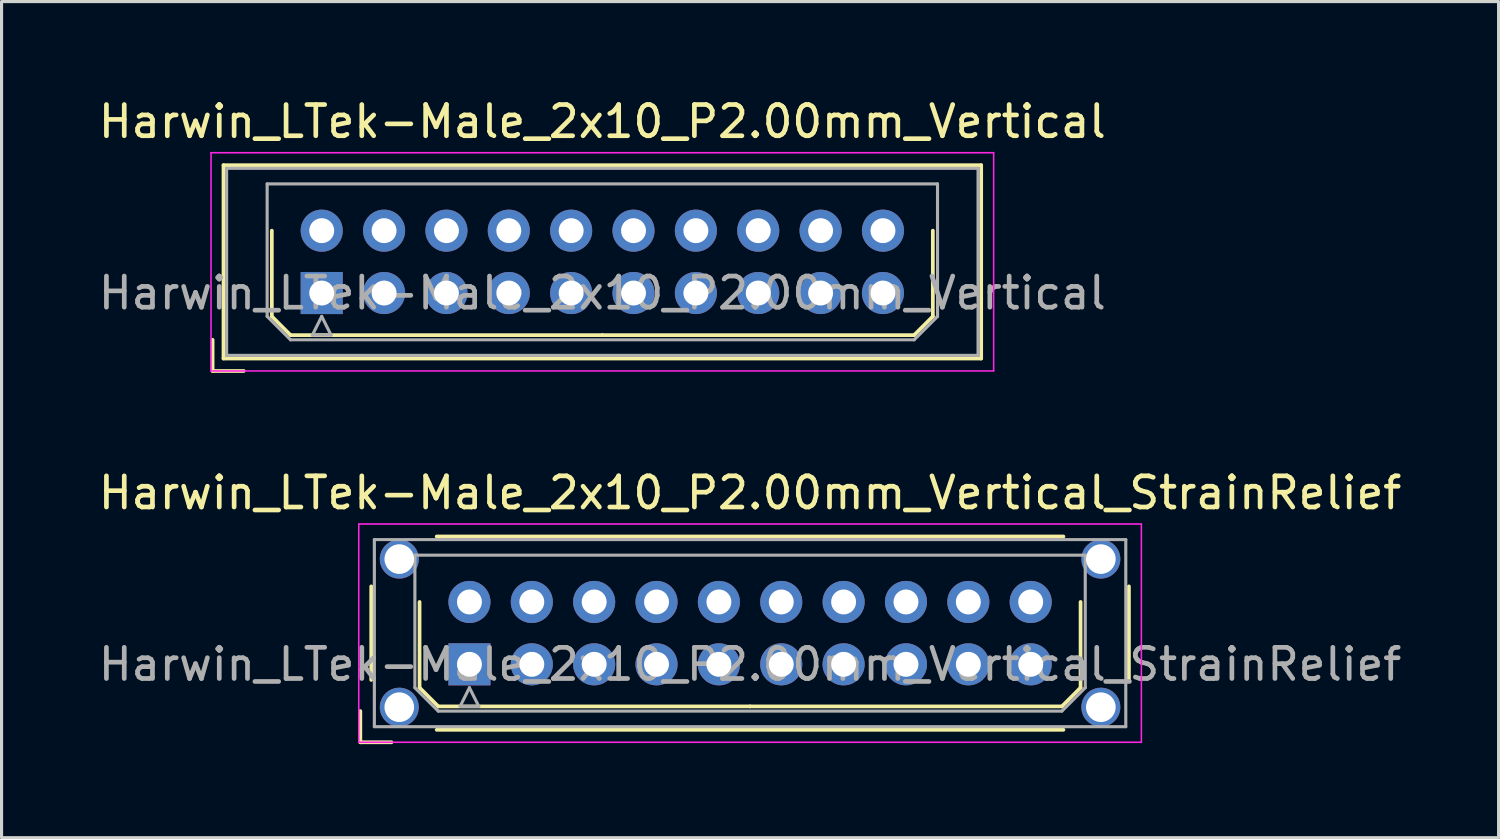
<source format=kicad_pcb>
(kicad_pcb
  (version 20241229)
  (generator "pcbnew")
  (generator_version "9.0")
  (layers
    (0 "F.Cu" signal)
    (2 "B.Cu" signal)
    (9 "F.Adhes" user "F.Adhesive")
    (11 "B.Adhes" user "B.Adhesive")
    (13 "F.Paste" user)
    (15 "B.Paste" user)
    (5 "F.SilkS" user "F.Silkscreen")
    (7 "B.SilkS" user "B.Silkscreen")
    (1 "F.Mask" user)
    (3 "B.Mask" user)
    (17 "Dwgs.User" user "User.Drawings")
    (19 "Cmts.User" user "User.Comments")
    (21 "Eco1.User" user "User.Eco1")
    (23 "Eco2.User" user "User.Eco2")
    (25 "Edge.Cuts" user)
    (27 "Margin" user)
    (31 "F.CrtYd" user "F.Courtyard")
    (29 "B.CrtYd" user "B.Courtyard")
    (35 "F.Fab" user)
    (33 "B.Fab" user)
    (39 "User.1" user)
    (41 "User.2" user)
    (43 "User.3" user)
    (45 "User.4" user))
  (footprint "Harwin_LTek-Male_2x10_P2.00mm_Vertical_StrainRelief"
    (layer "F.Cu")
    (at 12.006 18.256)
    (property "Reference" "Harwin_LTek-Male_2x10_P2.00mm_Vertical_StrainRelief" (at 9 -5.5 0) (layer "F.SilkS") (effects (font (size 1 1) (thickness 0.15))))
    (attr through_hole)
    (fp_line (start -3.5 1.5) (end -3.5 2.5) (stroke (width 0.12) (type solid)) (layer "F.SilkS"))
    (fp_line (start -3.5 2.5) (end -2.5 2.5) (stroke (width 0.12) (type solid)) (layer "F.SilkS"))
    (fp_line (start -3.15 -2.5) (end -3.15 0.5) (stroke (width 0.12) (type solid)) (layer "F.SilkS"))
    (fp_line (start -1.6 -2) (end -1.6 0.75) (stroke (width 0.12) (type solid)) (layer "F.SilkS"))
    (fp_line (start -1.6 0.75) (end -1 1.35) (stroke (width 0.12) (type solid)) (layer "F.SilkS"))
    (fp_line (start -1.05 -4.1) (end 19.05 -4.1) (stroke (width 0.12) (type solid)) (layer "F.SilkS"))
    (fp_line (start -1.05 2.1) (end 19.05 2.1) (stroke (width 0.12) (type solid)) (layer "F.SilkS"))
    (fp_line (start -1 1.35) (end 9 1.35) (stroke (width 0.12) (type solid)) (layer "F.SilkS"))
    (fp_line (start 19 1.35) (end 9 1.35) (stroke (width 0.12) (type solid)) (layer "F.SilkS"))
    (fp_line (start 19.6 -2) (end 19.6 0.75) (stroke (width 0.12) (type solid)) (layer "F.SilkS"))
    (fp_line (start 19.6 0.75) (end 19 1.35) (stroke (width 0.12) (type solid)) (layer "F.SilkS"))
    (fp_line (start 21.15 -2.5) (end 21.15 0.5) (stroke (width 0.12) (type solid)) (layer "F.SilkS"))
    (fp_line (start -3.55 -4.5) (end -3.55 2.5) (stroke (width 0.05) (type solid)) (layer "F.CrtYd"))
    (fp_line (start -3.55 2.5) (end 21.55 2.5) (stroke (width 0.05) (type solid)) (layer "F.CrtYd"))
    (fp_line (start 21.55 -4.5) (end -3.55 -4.5) (stroke (width 0.05) (type solid)) (layer "F.CrtYd"))
    (fp_line (start 21.55 2.5) (end 21.55 -4.5) (stroke (width 0.05) (type solid)) (layer "F.CrtYd"))
    (fp_line (start -3.05 -4) (end -3.05 2) (stroke (width 0.1) (type solid)) (layer "F.Fab"))
    (fp_line (start -3.05 2) (end 21.05 2) (stroke (width 0.1) (type solid)) (layer "F.Fab"))
    (fp_line (start -1.75 -3.5) (end 19.75 -3.5) (stroke (width 0.1) (type solid)) (layer "F.Fab"))
    (fp_line (start -1.75 0.75) (end -1.75 -3.5) (stroke (width 0.1) (type solid)) (layer "F.Fab"))
    (fp_line (start -1 1.5) (end -1.75 0.75) (stroke (width 0.1) (type solid)) (layer "F.Fab"))
    (fp_line (start -0.3 1.35) (end 0.3 1.35) (stroke (width 0.1) (type solid)) (layer "F.Fab"))
    (fp_line (start 0 0.75) (end -0.3 1.35) (stroke (width 0.1) (type solid)) (layer "F.Fab"))
    (fp_line (start 0.3 1.35) (end 0 0.75) (stroke (width 0.1) (type solid)) (layer "F.Fab"))
    (fp_line (start 19 1.5) (end -1 1.5) (stroke (width 0.1) (type solid)) (layer "F.Fab"))
    (fp_line (start 19.75 -3.5) (end 19.75 0.75) (stroke (width 0.1) (type solid)) (layer "F.Fab"))
    (fp_line (start 19.75 0.75) (end 19 1.5) (stroke (width 0.1) (type solid)) (layer "F.Fab"))
    (fp_line (start 21.05 -4) (end -3.05 -4) (stroke (width 0.1) (type solid)) (layer "F.Fab"))
    (fp_line (start 21.05 2) (end 21.05 -4) (stroke (width 0.1) (type solid)) (layer "F.Fab"))
    (fp_text user "${REFERENCE}" (at 9 0 0) (layer "F.Fab") (effects (font (size 1 1) (thickness 0.15))))
    (pad "" thru_hole circle (at -2.25 -3.375) (size 1.25 1.25) (drill 0.95) (layers "*.Cu" "*.Mask"))
    (pad "" thru_hole circle (at -2.25 1.375) (size 1.25 1.25) (drill 0.95) (layers "*.Cu" "*.Mask"))
    (pad "" thru_hole circle (at 20.25 -3.375) (size 1.25 1.25) (drill 0.95) (layers "*.Cu" "*.Mask"))
    (pad "" thru_hole circle (at 20.25 1.375) (size 1.25 1.25) (drill 0.95) (layers "*.Cu" "*.Mask"))
    (pad "1" thru_hole rect (at 0 0) (size 1.35 1.35) (drill 0.8) (layers "*.Cu" "*.Mask"))
    (pad "2" thru_hole circle (at 2 0) (size 1.35 1.35) (drill 0.8) (layers "*.Cu" "*.Mask"))
    (pad "3" thru_hole circle (at 4 0) (size 1.35 1.35) (drill 0.8) (layers "*.Cu" "*.Mask"))
    (pad "4" thru_hole circle (at 6 0) (size 1.35 1.35) (drill 0.8) (layers "*.Cu" "*.Mask"))
    (pad "5" thru_hole circle (at 8 0) (size 1.35 1.35) (drill 0.8) (layers "*.Cu" "*.Mask"))
    (pad "6" thru_hole circle (at 10 0) (size 1.35 1.35) (drill 0.8) (layers "*.Cu" "*.Mask"))
    (pad "7" thru_hole circle (at 12 0) (size 1.35 1.35) (drill 0.8) (layers "*.Cu" "*.Mask"))
    (pad "8" thru_hole circle (at 14 0) (size 1.35 1.35) (drill 0.8) (layers "*.Cu" "*.Mask"))
    (pad "9" thru_hole circle (at 16 0) (size 1.35 1.35) (drill 0.8) (layers "*.Cu" "*.Mask"))
    (pad "10" thru_hole circle (at 18 0) (size 1.35 1.35) (drill 0.8) (layers "*.Cu" "*.Mask"))
    (pad "11" thru_hole circle (at 0 -2) (size 1.35 1.35) (drill 0.8) (layers "*.Cu" "*.Mask"))
    (pad "12" thru_hole circle (at 2 -2) (size 1.35 1.35) (drill 0.8) (layers "*.Cu" "*.Mask"))
    (pad "13" thru_hole circle (at 4 -2) (size 1.35 1.35) (drill 0.8) (layers "*.Cu" "*.Mask"))
    (pad "14" thru_hole circle (at 6 -2) (size 1.35 1.35) (drill 0.8) (layers "*.Cu" "*.Mask"))
    (pad "15" thru_hole circle (at 8 -2) (size 1.35 1.35) (drill 0.8) (layers "*.Cu" "*.Mask"))
    (pad "16" thru_hole circle (at 10 -2) (size 1.35 1.35) (drill 0.8) (layers "*.Cu" "*.Mask"))
    (pad "17" thru_hole circle (at 12 -2) (size 1.35 1.35) (drill 0.8) (layers "*.Cu" "*.Mask"))
    (pad "18" thru_hole circle (at 14 -2) (size 1.35 1.35) (drill 0.8) (layers "*.Cu" "*.Mask"))
    (pad "19" thru_hole circle (at 16 -2) (size 1.35 1.35) (drill 0.8) (layers "*.Cu" "*.Mask"))
    (pad "20" thru_hole circle (at 18 -2) (size 1.35 1.35) (drill 0.8) (layers "*.Cu" "*.Mask")))
  (footprint "Harwin_LTek-Male_2x10_P2.00mm_Vertical"
    (layer "F.Cu")
    (at 7.268 6.348)
    (property "Reference" "Harwin_LTek-Male_2x10_P2.00mm_Vertical" (at 9 -5.5 0) (layer "F.SilkS") (effects (font (size 1 1) (thickness 0.15))))
    (attr through_hole)
    (fp_line (start -3.5 1.5) (end -3.5 2.5) (stroke (width 0.12) (type solid)) (layer "F.SilkS"))
    (fp_line (start -3.5 2.5) (end -2.5 2.5) (stroke (width 0.12) (type solid)) (layer "F.SilkS"))
    (fp_line (start -3.15 -4.1) (end -3.15 2.1) (stroke (width 0.12) (type solid)) (layer "F.SilkS"))
    (fp_line (start -3.15 2.1) (end 21.15 2.1) (stroke (width 0.12) (type solid)) (layer "F.SilkS"))
    (fp_line (start -1.6 -2) (end -1.6 0.75) (stroke (width 0.12) (type solid)) (layer "F.SilkS"))
    (fp_line (start -1.6 0.75) (end -1 1.35) (stroke (width 0.12) (type solid)) (layer "F.SilkS"))
    (fp_line (start -1 1.35) (end 9 1.35) (stroke (width 0.12) (type solid)) (layer "F.SilkS"))
    (fp_line (start 19 1.35) (end 9 1.35) (stroke (width 0.12) (type solid)) (layer "F.SilkS"))
    (fp_line (start 19.6 -2) (end 19.6 0.75) (stroke (width 0.12) (type solid)) (layer "F.SilkS"))
    (fp_line (start 19.6 0.75) (end 19 1.35) (stroke (width 0.12) (type solid)) (layer "F.SilkS"))
    (fp_line (start 21.15 -4.1) (end -3.15 -4.1) (stroke (width 0.12) (type solid)) (layer "F.SilkS"))
    (fp_line (start 21.15 2.1) (end 21.15 -4.1) (stroke (width 0.12) (type solid)) (layer "F.SilkS"))
    (fp_line (start -3.55 -4.5) (end -3.55 2.5) (stroke (width 0.05) (type solid)) (layer "F.CrtYd"))
    (fp_line (start -3.55 2.5) (end 21.55 2.5) (stroke (width 0.05) (type solid)) (layer "F.CrtYd"))
    (fp_line (start 21.55 -4.5) (end -3.55 -4.5) (stroke (width 0.05) (type solid)) (layer "F.CrtYd"))
    (fp_line (start 21.55 2.5) (end 21.55 -4.5) (stroke (width 0.05) (type solid)) (layer "F.CrtYd"))
    (fp_line (start -3.05 -4) (end -3.05 2) (stroke (width 0.1) (type solid)) (layer "F.Fab"))
    (fp_line (start -3.05 2) (end 21.05 2) (stroke (width 0.1) (type solid)) (layer "F.Fab"))
    (fp_line (start -1.75 -3.5) (end 19.75 -3.5) (stroke (width 0.1) (type solid)) (layer "F.Fab"))
    (fp_line (start -1.75 0.75) (end -1.75 -3.5) (stroke (width 0.1) (type solid)) (layer "F.Fab"))
    (fp_line (start -1 1.5) (end -1.75 0.75) (stroke (width 0.1) (type solid)) (layer "F.Fab"))
    (fp_line (start -0.3 1.35) (end 0.3 1.35) (stroke (width 0.1) (type solid)) (layer "F.Fab"))
    (fp_line (start 0 0.75) (end -0.3 1.35) (stroke (width 0.1) (type solid)) (layer "F.Fab"))
    (fp_line (start 0.3 1.35) (end 0 0.75) (stroke (width 0.1) (type solid)) (layer "F.Fab"))
    (fp_line (start 19 1.5) (end -1 1.5) (stroke (width 0.1) (type solid)) (layer "F.Fab"))
    (fp_line (start 19.75 -3.5) (end 19.75 0.75) (stroke (width 0.1) (type solid)) (layer "F.Fab"))
    (fp_line (start 19.75 0.75) (end 19 1.5) (stroke (width 0.1) (type solid)) (layer "F.Fab"))
    (fp_line (start 21.05 -4) (end -3.05 -4) (stroke (width 0.1) (type solid)) (layer "F.Fab"))
    (fp_line (start 21.05 2) (end 21.05 -4) (stroke (width 0.1) (type solid)) (layer "F.Fab"))
    (fp_text user "${REFERENCE}" (at 9 0 0) (layer "F.Fab") (effects (font (size 1 1) (thickness 0.15))))
    (pad "1" thru_hole rect (at 0 0) (size 1.35 1.35) (drill 0.8) (layers "*.Cu" "*.Mask"))
    (pad "2" thru_hole circle (at 2 0) (size 1.35 1.35) (drill 0.8) (layers "*.Cu" "*.Mask"))
    (pad "3" thru_hole circle (at 4 0) (size 1.35 1.35) (drill 0.8) (layers "*.Cu" "*.Mask"))
    (pad "4" thru_hole circle (at 6 0) (size 1.35 1.35) (drill 0.8) (layers "*.Cu" "*.Mask"))
    (pad "5" thru_hole circle (at 8 0) (size 1.35 1.35) (drill 0.8) (layers "*.Cu" "*.Mask"))
    (pad "6" thru_hole circle (at 10 0) (size 1.35 1.35) (drill 0.8) (layers "*.Cu" "*.Mask"))
    (pad "7" thru_hole circle (at 12 0) (size 1.35 1.35) (drill 0.8) (layers "*.Cu" "*.Mask"))
    (pad "8" thru_hole circle (at 14 0) (size 1.35 1.35) (drill 0.8) (layers "*.Cu" "*.Mask"))
    (pad "9" thru_hole circle (at 16 0) (size 1.35 1.35) (drill 0.8) (layers "*.Cu" "*.Mask"))
    (pad "10" thru_hole circle (at 18 0) (size 1.35 1.35) (drill 0.8) (layers "*.Cu" "*.Mask"))
    (pad "11" thru_hole circle (at 0 -2) (size 1.35 1.35) (drill 0.8) (layers "*.Cu" "*.Mask"))
    (pad "12" thru_hole circle (at 2 -2) (size 1.35 1.35) (drill 0.8) (layers "*.Cu" "*.Mask"))
    (pad "13" thru_hole circle (at 4 -2) (size 1.35 1.35) (drill 0.8) (layers "*.Cu" "*.Mask"))
    (pad "14" thru_hole circle (at 6 -2) (size 1.35 1.35) (drill 0.8) (layers "*.Cu" "*.Mask"))
    (pad "15" thru_hole circle (at 8 -2) (size 1.35 1.35) (drill 0.8) (layers "*.Cu" "*.Mask"))
    (pad "16" thru_hole circle (at 10 -2) (size 1.35 1.35) (drill 0.8) (layers "*.Cu" "*.Mask"))
    (pad "17" thru_hole circle (at 12 -2) (size 1.35 1.35) (drill 0.8) (layers "*.Cu" "*.Mask"))
    (pad "18" thru_hole circle (at 14 -2) (size 1.35 1.35) (drill 0.8) (layers "*.Cu" "*.Mask"))
    (pad "19" thru_hole circle (at 16 -2) (size 1.35 1.35) (drill 0.8) (layers "*.Cu" "*.Mask"))
    (pad "20" thru_hole circle (at 18 -2) (size 1.35 1.35) (drill 0.8) (layers "*.Cu" "*.Mask")))
  (gr_rect
    (start -3 -3)
    (end 45.012 23.817)
    (stroke (width 0.1) (type default))
    (fill no)
    (layer "Edge.Cuts")))
</source>
